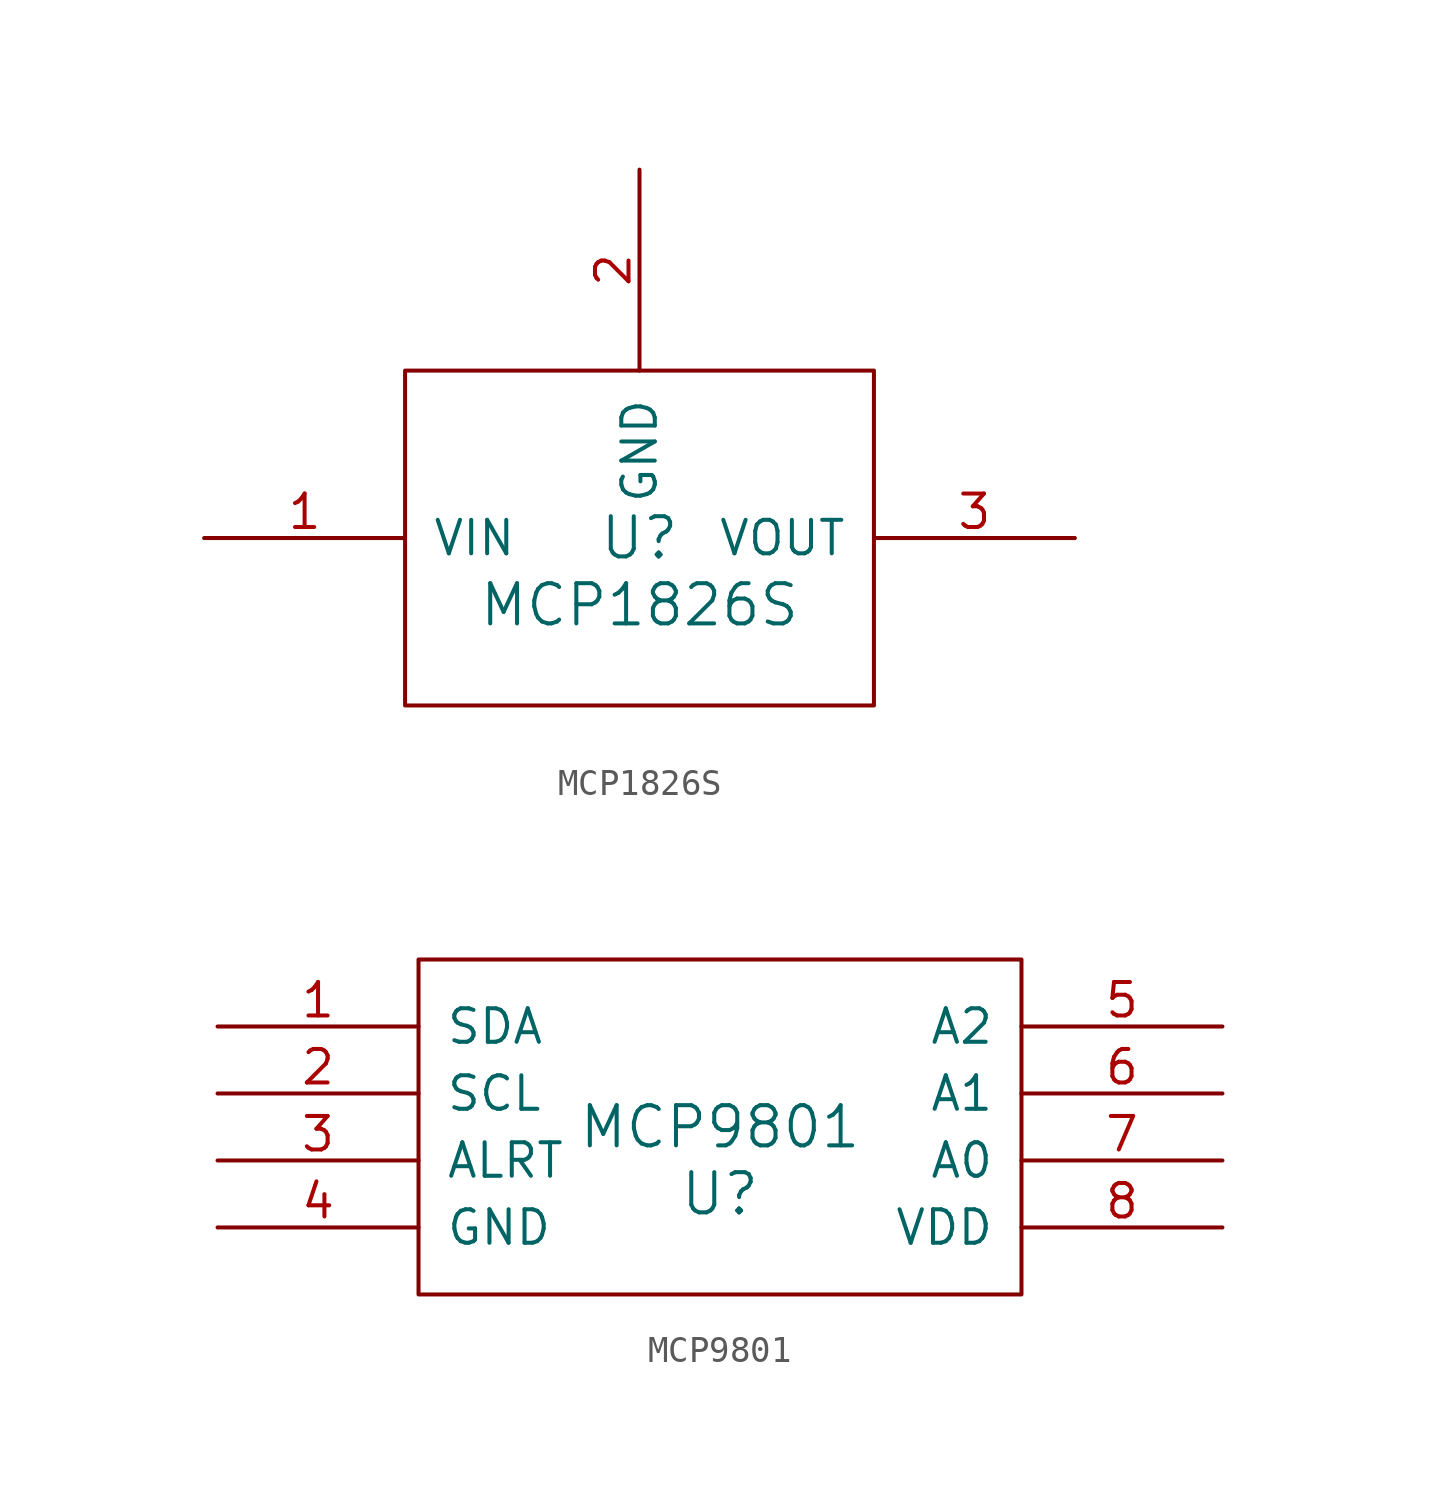
<source format=kicad_sym>
(kicad_symbol_lib
  (version 20211014)
  (generator kicad_symbol_editor)
  (symbol "MCP1826S"
    (pin_names
      (offset 1.016))
    (property "Reference" "U"
      (at 0 0 0)
      (effects (font (size 1.524 1.524))))
    (property "Value" "MCP1826S"
      (at 0 -2.54 0)
      (effects (font (size 1.524 1.524))))
    (property "Footprint" ""
      (at 0 0 0)
      (effects (font (size 1.524 1.524))))
    (property "Datasheet" ""
      (at 0 0 0)
      (effects (font (size 1.524 1.524))))
    (symbol "MCP1826S_0_1"
      (rectangle (start -8.89 6.35) (end 8.89 -6.35) (stroke (width 0) (type default) (color 0 0 0 0)) (fill (type none))))
    (symbol "MCP1826S_1_1"
      (pin power_in line (at -16.51 0 0) (length 7.62) (name "VIN" (effects (font (size 1.27 1.27)))) (number "1" (effects (font (size 1.27 1.27)))))
      (pin passive line (at 0 13.97 270) (length 7.62) (name "GND" (effects (font (size 1.27 1.27)))) (number "2" (effects (font (size 1.27 1.27)))))
      (pin power_out line (at 16.51 0 180) (length 7.62) (name "VOUT" (effects (font (size 1.27 1.27)))) (number "3" (effects (font (size 1.27 1.27)))))))
  (symbol "MCP9801"
    (pin_names
      (offset 1.016))
    (property "Reference" "U"
      (at 0 -2.54 0)
      (effects (font (size 1.524 1.524))))
    (property "Value" "MCP9801"
      (at 0 0 0)
      (effects (font (size 1.524 1.524))))
    (property "Footprint" ""
      (at 0 0 0)
      (effects (font (size 1.524 1.524))))
    (property "Datasheet" ""
      (at 0 0 0)
      (effects (font (size 1.524 1.524))))
    (symbol "MCP9801_0_1"
      (rectangle (start -11.43 6.35) (end 11.43 -6.35) (stroke (width 0) (type default) (color 0 0 0 0)) (fill (type none))))
    (symbol "MCP9801_1_1"
      (pin bidirectional line (at -19.05 3.81 0) (length 7.62) (name "SDA" (effects (font (size 1.27 1.27)))) (number "1" (effects (font (size 1.27 1.27)))))
      (pin output line (at -19.05 1.27 0) (length 7.62) (name "SCL" (effects (font (size 1.27 1.27)))) (number "2" (effects (font (size 1.27 1.27)))))
      (pin output line (at -19.05 -1.27 0) (length 7.62) (name "ALRT" (effects (font (size 1.27 1.27)))) (number "3" (effects (font (size 1.27 1.27)))))
      (pin power_in line (at -19.05 -3.81 0) (length 7.62) (name "GND" (effects (font (size 1.27 1.27)))) (number "4" (effects (font (size 1.27 1.27)))))
      (pin input line (at 19.05 3.81 180) (length 7.62) (name "A2" (effects (font (size 1.27 1.27)))) (number "5" (effects (font (size 1.27 1.27)))))
      (pin input line (at 19.05 1.27 180) (length 7.62) (name "A1" (effects (font (size 1.27 1.27)))) (number "6" (effects (font (size 1.27 1.27)))))
      (pin input line (at 19.05 -1.27 180) (length 7.62) (name "A0" (effects (font (size 1.27 1.27)))) (number "7" (effects (font (size 1.27 1.27)))))
      (pin power_in line (at 19.05 -3.81 180) (length 7.62) (name "VDD" (effects (font (size 1.27 1.27)))) (number "8" (effects (font (size 1.27 1.27))))))))
</source>
